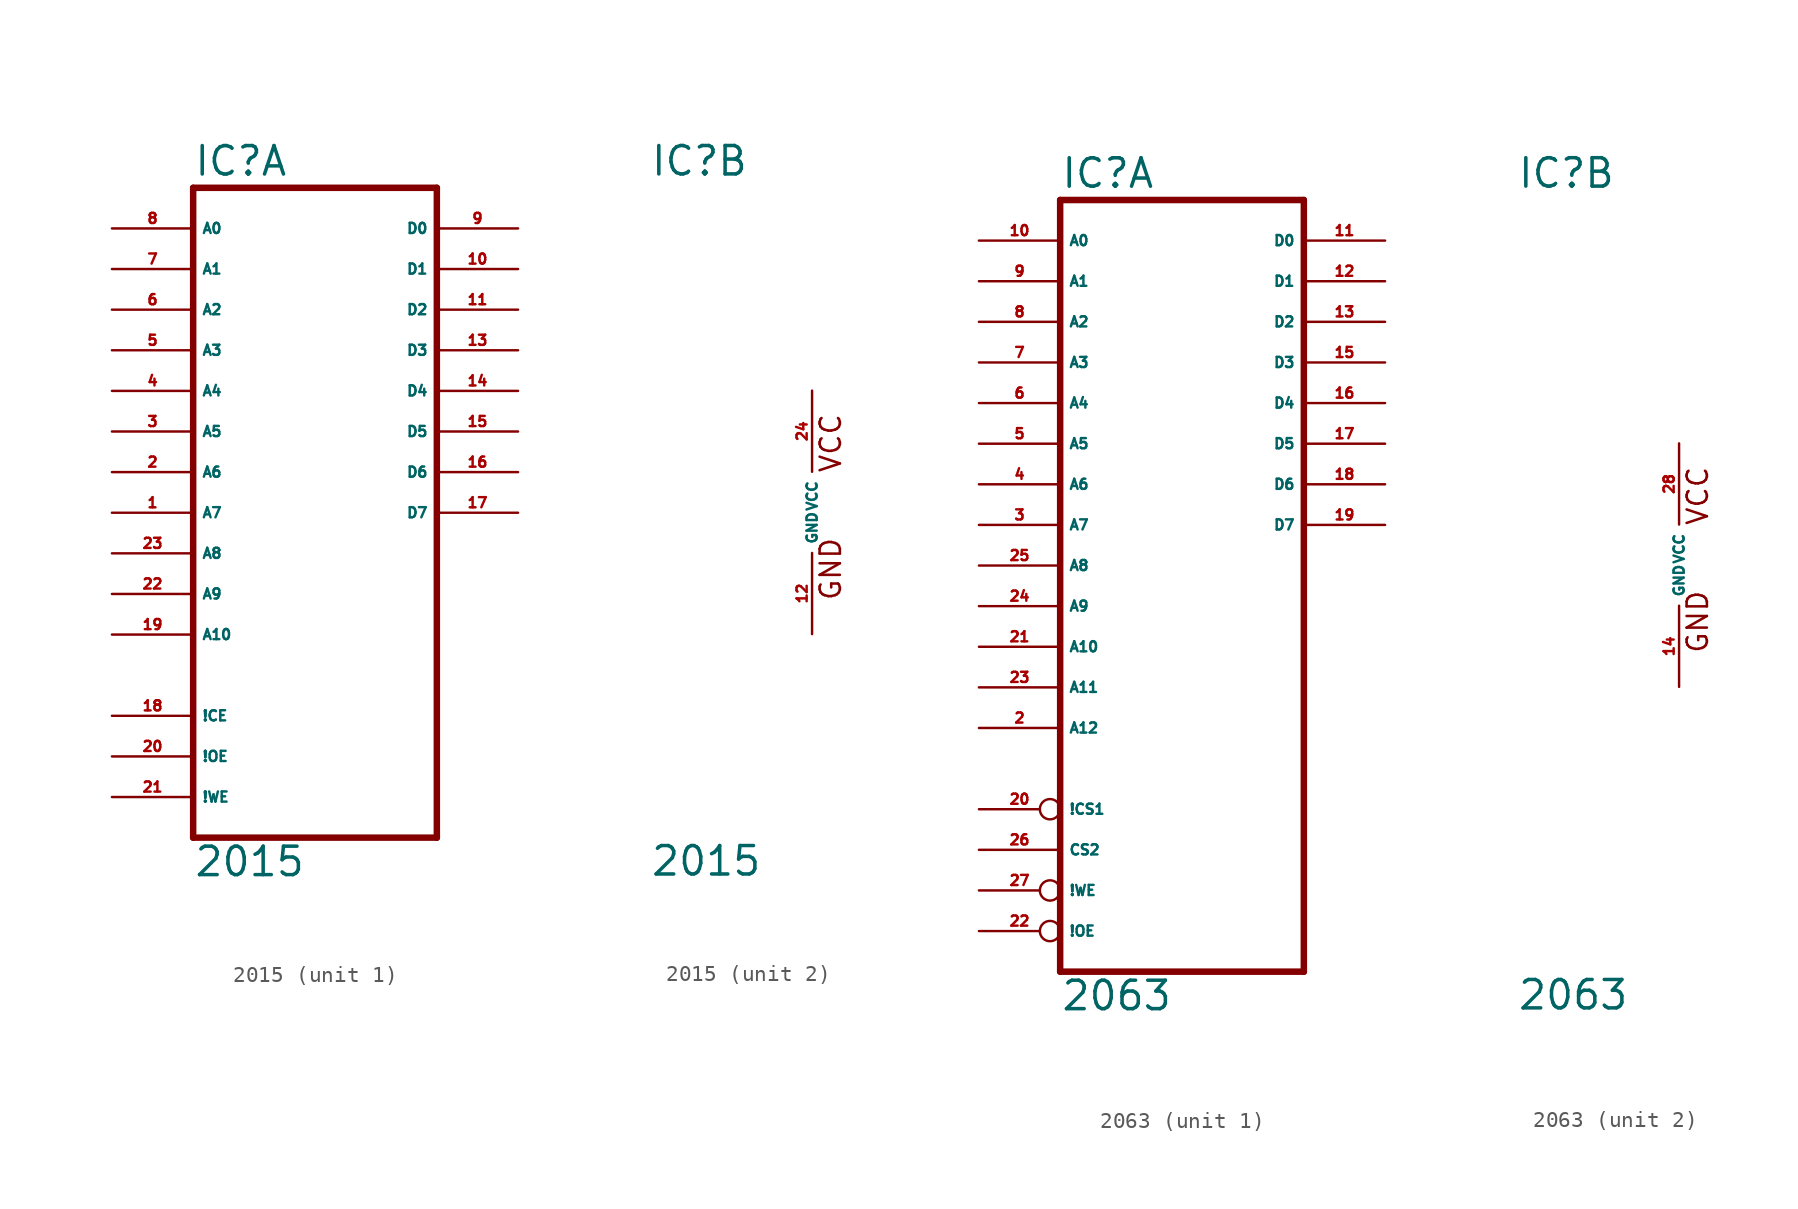
<source format=kicad_sym>
(kicad_symbol_lib
  (version 20220914)
  (generator Eagle2Kicad)
  (symbol "2015"
    (property "Reference" "IC"
      (at -10.16 20.955 0)
      (effects (font (size 1.778 1.778) (thickness 0.22)) (justify left bottom)))
    (property "Value" "2015"
      (at -10.16 -22.86 0)
      (effects (font (size 1.778 1.778) (thickness 0.22)) (justify left bottom)))
    (symbol "2015_1_0"
      (polyline (pts (xy -10.16 -20.32) (xy 5.08 -20.32)) (stroke (width 0.406) (type default)) (fill (type none)))
      (polyline (pts (xy 5.08 -20.32) (xy 5.08 20.32)) (stroke (width 0.406) (type default)) (fill (type none)))
      (polyline (pts (xy 5.08 20.32) (xy -10.16 20.32)) (stroke (width 0.406) (type default)) (fill (type none)))
      (polyline (pts (xy -10.16 20.32) (xy -10.16 -20.32)) (stroke (width 0.406) (type default)) (fill (type none)))
      (pin input line (at -15.24 0 0) (length 5.08) (name "A7" (effects (font (size 0.635 0.635) (thickness 0.08)) (justify left bottom))) (number "1" (effects (font (size 0.635 0.635) (thickness 0.08)) (justify left bottom))))
      (pin input line (at -15.24 2.54 0) (length 5.08) (name "A6" (effects (font (size 0.635 0.635) (thickness 0.08)) (justify left bottom))) (number "2" (effects (font (size 0.635 0.635) (thickness 0.08)) (justify left bottom))))
      (pin input line (at -15.24 5.08 0) (length 5.08) (name "A5" (effects (font (size 0.635 0.635) (thickness 0.08)) (justify left bottom))) (number "3" (effects (font (size 0.635 0.635) (thickness 0.08)) (justify left bottom))))
      (pin input line (at -15.24 7.62 0) (length 5.08) (name "A4" (effects (font (size 0.635 0.635) (thickness 0.08)) (justify left bottom))) (number "4" (effects (font (size 0.635 0.635) (thickness 0.08)) (justify left bottom))))
      (pin input line (at -15.24 10.16 0) (length 5.08) (name "A3" (effects (font (size 0.635 0.635) (thickness 0.08)) (justify left bottom))) (number "5" (effects (font (size 0.635 0.635) (thickness 0.08)) (justify left bottom))))
      (pin input line (at -15.24 12.7 0) (length 5.08) (name "A2" (effects (font (size 0.635 0.635) (thickness 0.08)) (justify left bottom))) (number "6" (effects (font (size 0.635 0.635) (thickness 0.08)) (justify left bottom))))
      (pin input line (at -15.24 15.24 0) (length 5.08) (name "A1" (effects (font (size 0.635 0.635) (thickness 0.08)) (justify left bottom))) (number "7" (effects (font (size 0.635 0.635) (thickness 0.08)) (justify left bottom))))
      (pin input line (at -15.24 17.78 0) (length 5.08) (name "A0" (effects (font (size 0.635 0.635) (thickness 0.08)) (justify left bottom))) (number "8" (effects (font (size 0.635 0.635) (thickness 0.08)) (justify left bottom))))
      (pin bidirectional line (at 10.16 17.78 180) (length 5.08) (name "D0" (effects (font (size 0.635 0.635) (thickness 0.08)) (justify left bottom))) (number "9" (effects (font (size 0.635 0.635) (thickness 0.08)) (justify left bottom))))
      (pin bidirectional line (at 10.16 15.24 180) (length 5.08) (name "D1" (effects (font (size 0.635 0.635) (thickness 0.08)) (justify left bottom))) (number "10" (effects (font (size 0.635 0.635) (thickness 0.08)) (justify left bottom))))
      (pin bidirectional line (at 10.16 12.7 180) (length 5.08) (name "D2" (effects (font (size 0.635 0.635) (thickness 0.08)) (justify left bottom))) (number "11" (effects (font (size 0.635 0.635) (thickness 0.08)) (justify left bottom))))
      (pin bidirectional line (at 10.16 10.16 180) (length 5.08) (name "D3" (effects (font (size 0.635 0.635) (thickness 0.08)) (justify left bottom))) (number "13" (effects (font (size 0.635 0.635) (thickness 0.08)) (justify left bottom))))
      (pin bidirectional line (at 10.16 7.62 180) (length 5.08) (name "D4" (effects (font (size 0.635 0.635) (thickness 0.08)) (justify left bottom))) (number "14" (effects (font (size 0.635 0.635) (thickness 0.08)) (justify left bottom))))
      (pin bidirectional line (at 10.16 5.08 180) (length 5.08) (name "D5" (effects (font (size 0.635 0.635) (thickness 0.08)) (justify left bottom))) (number "15" (effects (font (size 0.635 0.635) (thickness 0.08)) (justify left bottom))))
      (pin bidirectional line (at 10.16 2.54 180) (length 5.08) (name "D6" (effects (font (size 0.635 0.635) (thickness 0.08)) (justify left bottom))) (number "16" (effects (font (size 0.635 0.635) (thickness 0.08)) (justify left bottom))))
      (pin bidirectional line (at 10.16 0 180) (length 5.08) (name "D7" (effects (font (size 0.635 0.635) (thickness 0.08)) (justify left bottom))) (number "17" (effects (font (size 0.635 0.635) (thickness 0.08)) (justify left bottom))))
      (pin input line (at -15.24 -12.7 0) (length 5.08) (name "!CE" (effects (font (size 0.635 0.635) (thickness 0.08)) (justify left bottom))) (number "18" (effects (font (size 0.635 0.635) (thickness 0.08)) (justify left bottom))))
      (pin input line (at -15.24 -7.62 0) (length 5.08) (name "A10" (effects (font (size 0.635 0.635) (thickness 0.08)) (justify left bottom))) (number "19" (effects (font (size 0.635 0.635) (thickness 0.08)) (justify left bottom))))
      (pin input line (at -15.24 -15.24 0) (length 5.08) (name "!OE" (effects (font (size 0.635 0.635) (thickness 0.08)) (justify left bottom))) (number "20" (effects (font (size 0.635 0.635) (thickness 0.08)) (justify left bottom))))
      (pin input line (at -15.24 -17.78 0) (length 5.08) (name "!WE" (effects (font (size 0.635 0.635) (thickness 0.08)) (justify left bottom))) (number "21" (effects (font (size 0.635 0.635) (thickness 0.08)) (justify left bottom))))
      (pin input line (at -15.24 -5.08 0) (length 5.08) (name "A9" (effects (font (size 0.635 0.635) (thickness 0.08)) (justify left bottom))) (number "22" (effects (font (size 0.635 0.635) (thickness 0.08)) (justify left bottom))))
      (pin input line (at -15.24 -2.54 0) (length 5.08) (name "A8" (effects (font (size 0.635 0.635) (thickness 0.08)) (justify left bottom))) (number "23" (effects (font (size 0.635 0.635) (thickness 0.08)) (justify left bottom)))))
    (symbol "2015_2_0"
      (text "GND" (at 1.905 -5.588 900) (effects (font (size 1.27 1.27) (thickness 0.16)) (justify left bottom)))
      (text "VCC" (at 1.905 2.413 900) (effects (font (size 1.27 1.27) (thickness 0.16)) (justify left bottom)))
      (pin unspecified line (at 0 -7.62 90) (length 5.08) (name "GND" (effects (font (size 0.635 0.635) (thickness 0.08)) (justify left bottom))) (number "12" (effects (font (size 0.635 0.635) (thickness 0.08)) (justify left bottom))))
      (pin unspecified line (at 0 7.62 270) (length 5.08) (name "VCC" (effects (font (size 0.635 0.635) (thickness 0.08)) (justify left bottom))) (number "24" (effects (font (size 0.635 0.635) (thickness 0.08)) (justify left bottom))))))
  (symbol "2063"
    (property "Reference" "IC"
      (at -10.16 23.495 0)
      (effects (font (size 1.778 1.778) (thickness 0.22)) (justify left bottom)))
    (property "Value" "2063"
      (at -10.16 -27.94 0)
      (effects (font (size 1.778 1.778) (thickness 0.22)) (justify left bottom)))
    (symbol "2063_1_0"
      (polyline (pts (xy -10.16 -25.4) (xy 5.08 -25.4)) (stroke (width 0.406) (type default)) (fill (type none)))
      (polyline (pts (xy 5.08 -25.4) (xy 5.08 22.86)) (stroke (width 0.406) (type default)) (fill (type none)))
      (polyline (pts (xy 5.08 22.86) (xy -10.16 22.86)) (stroke (width 0.406) (type default)) (fill (type none)))
      (polyline (pts (xy -10.16 22.86) (xy -10.16 -25.4)) (stroke (width 0.406) (type default)) (fill (type none)))
      (pin input line (at -15.24 -10.16 0) (length 5.08) (name "A12" (effects (font (size 0.635 0.635) (thickness 0.08)) (justify left bottom))) (number "2" (effects (font (size 0.635 0.635) (thickness 0.08)) (justify left bottom))))
      (pin input line (at -15.24 2.54 0) (length 5.08) (name "A7" (effects (font (size 0.635 0.635) (thickness 0.08)) (justify left bottom))) (number "3" (effects (font (size 0.635 0.635) (thickness 0.08)) (justify left bottom))))
      (pin input line (at -15.24 5.08 0) (length 5.08) (name "A6" (effects (font (size 0.635 0.635) (thickness 0.08)) (justify left bottom))) (number "4" (effects (font (size 0.635 0.635) (thickness 0.08)) (justify left bottom))))
      (pin input line (at -15.24 7.62 0) (length 5.08) (name "A5" (effects (font (size 0.635 0.635) (thickness 0.08)) (justify left bottom))) (number "5" (effects (font (size 0.635 0.635) (thickness 0.08)) (justify left bottom))))
      (pin input line (at -15.24 10.16 0) (length 5.08) (name "A4" (effects (font (size 0.635 0.635) (thickness 0.08)) (justify left bottom))) (number "6" (effects (font (size 0.635 0.635) (thickness 0.08)) (justify left bottom))))
      (pin input line (at -15.24 12.7 0) (length 5.08) (name "A3" (effects (font (size 0.635 0.635) (thickness 0.08)) (justify left bottom))) (number "7" (effects (font (size 0.635 0.635) (thickness 0.08)) (justify left bottom))))
      (pin input line (at -15.24 15.24 0) (length 5.08) (name "A2" (effects (font (size 0.635 0.635) (thickness 0.08)) (justify left bottom))) (number "8" (effects (font (size 0.635 0.635) (thickness 0.08)) (justify left bottom))))
      (pin input line (at -15.24 17.78 0) (length 5.08) (name "A1" (effects (font (size 0.635 0.635) (thickness 0.08)) (justify left bottom))) (number "9" (effects (font (size 0.635 0.635) (thickness 0.08)) (justify left bottom))))
      (pin input line (at -15.24 20.32 0) (length 5.08) (name "A0" (effects (font (size 0.635 0.635) (thickness 0.08)) (justify left bottom))) (number "10" (effects (font (size 0.635 0.635) (thickness 0.08)) (justify left bottom))))
      (pin bidirectional line (at 10.16 20.32 180) (length 5.08) (name "D0" (effects (font (size 0.635 0.635) (thickness 0.08)) (justify left bottom))) (number "11" (effects (font (size 0.635 0.635) (thickness 0.08)) (justify left bottom))))
      (pin bidirectional line (at 10.16 17.78 180) (length 5.08) (name "D1" (effects (font (size 0.635 0.635) (thickness 0.08)) (justify left bottom))) (number "12" (effects (font (size 0.635 0.635) (thickness 0.08)) (justify left bottom))))
      (pin bidirectional line (at 10.16 15.24 180) (length 5.08) (name "D2" (effects (font (size 0.635 0.635) (thickness 0.08)) (justify left bottom))) (number "13" (effects (font (size 0.635 0.635) (thickness 0.08)) (justify left bottom))))
      (pin bidirectional line (at 10.16 12.7 180) (length 5.08) (name "D3" (effects (font (size 0.635 0.635) (thickness 0.08)) (justify left bottom))) (number "15" (effects (font (size 0.635 0.635) (thickness 0.08)) (justify left bottom))))
      (pin bidirectional line (at 10.16 10.16 180) (length 5.08) (name "D4" (effects (font (size 0.635 0.635) (thickness 0.08)) (justify left bottom))) (number "16" (effects (font (size 0.635 0.635) (thickness 0.08)) (justify left bottom))))
      (pin bidirectional line (at 10.16 7.62 180) (length 5.08) (name "D5" (effects (font (size 0.635 0.635) (thickness 0.08)) (justify left bottom))) (number "17" (effects (font (size 0.635 0.635) (thickness 0.08)) (justify left bottom))))
      (pin bidirectional line (at 10.16 5.08 180) (length 5.08) (name "D6" (effects (font (size 0.635 0.635) (thickness 0.08)) (justify left bottom))) (number "18" (effects (font (size 0.635 0.635) (thickness 0.08)) (justify left bottom))))
      (pin bidirectional line (at 10.16 2.54 180) (length 5.08) (name "D7" (effects (font (size 0.635 0.635) (thickness 0.08)) (justify left bottom))) (number "19" (effects (font (size 0.635 0.635) (thickness 0.08)) (justify left bottom))))
      (pin input inverted (at -15.24 -15.24 0) (length 5.08) (name "!CS1" (effects (font (size 0.635 0.635) (thickness 0.08)) (justify left bottom))) (number "20" (effects (font (size 0.635 0.635) (thickness 0.08)) (justify left bottom))))
      (pin input line (at -15.24 -5.08 0) (length 5.08) (name "A10" (effects (font (size 0.635 0.635) (thickness 0.08)) (justify left bottom))) (number "21" (effects (font (size 0.635 0.635) (thickness 0.08)) (justify left bottom))))
      (pin input inverted (at -15.24 -22.86 0) (length 5.08) (name "!OE" (effects (font (size 0.635 0.635) (thickness 0.08)) (justify left bottom))) (number "22" (effects (font (size 0.635 0.635) (thickness 0.08)) (justify left bottom))))
      (pin input line (at -15.24 -7.62 0) (length 5.08) (name "A11" (effects (font (size 0.635 0.635) (thickness 0.08)) (justify left bottom))) (number "23" (effects (font (size 0.635 0.635) (thickness 0.08)) (justify left bottom))))
      (pin input line (at -15.24 -2.54 0) (length 5.08) (name "A9" (effects (font (size 0.635 0.635) (thickness 0.08)) (justify left bottom))) (number "24" (effects (font (size 0.635 0.635) (thickness 0.08)) (justify left bottom))))
      (pin input line (at -15.24 0 0) (length 5.08) (name "A8" (effects (font (size 0.635 0.635) (thickness 0.08)) (justify left bottom))) (number "25" (effects (font (size 0.635 0.635) (thickness 0.08)) (justify left bottom))))
      (pin input line (at -15.24 -17.78 0) (length 5.08) (name "CS2" (effects (font (size 0.635 0.635) (thickness 0.08)) (justify left bottom))) (number "26" (effects (font (size 0.635 0.635) (thickness 0.08)) (justify left bottom))))
      (pin input inverted (at -15.24 -20.32 0) (length 5.08) (name "!WE" (effects (font (size 0.635 0.635) (thickness 0.08)) (justify left bottom))) (number "27" (effects (font (size 0.635 0.635) (thickness 0.08)) (justify left bottom)))))
    (symbol "2063_2_0"
      (text "GND" (at 1.905 -5.588 900) (effects (font (size 1.27 1.27) (thickness 0.16)) (justify left bottom)))
      (text "VCC" (at 1.905 2.413 900) (effects (font (size 1.27 1.27) (thickness 0.16)) (justify left bottom)))
      (pin unspecified line (at 0 -7.62 90) (length 5.08) (name "GND" (effects (font (size 0.635 0.635) (thickness 0.08)) (justify left bottom))) (number "14" (effects (font (size 0.635 0.635) (thickness 0.08)) (justify left bottom))))
      (pin unspecified line (at 0 7.62 270) (length 5.08) (name "VCC" (effects (font (size 0.635 0.635) (thickness 0.08)) (justify left bottom))) (number "28" (effects (font (size 0.635 0.635) (thickness 0.08)) (justify left bottom)))))))
</source>
